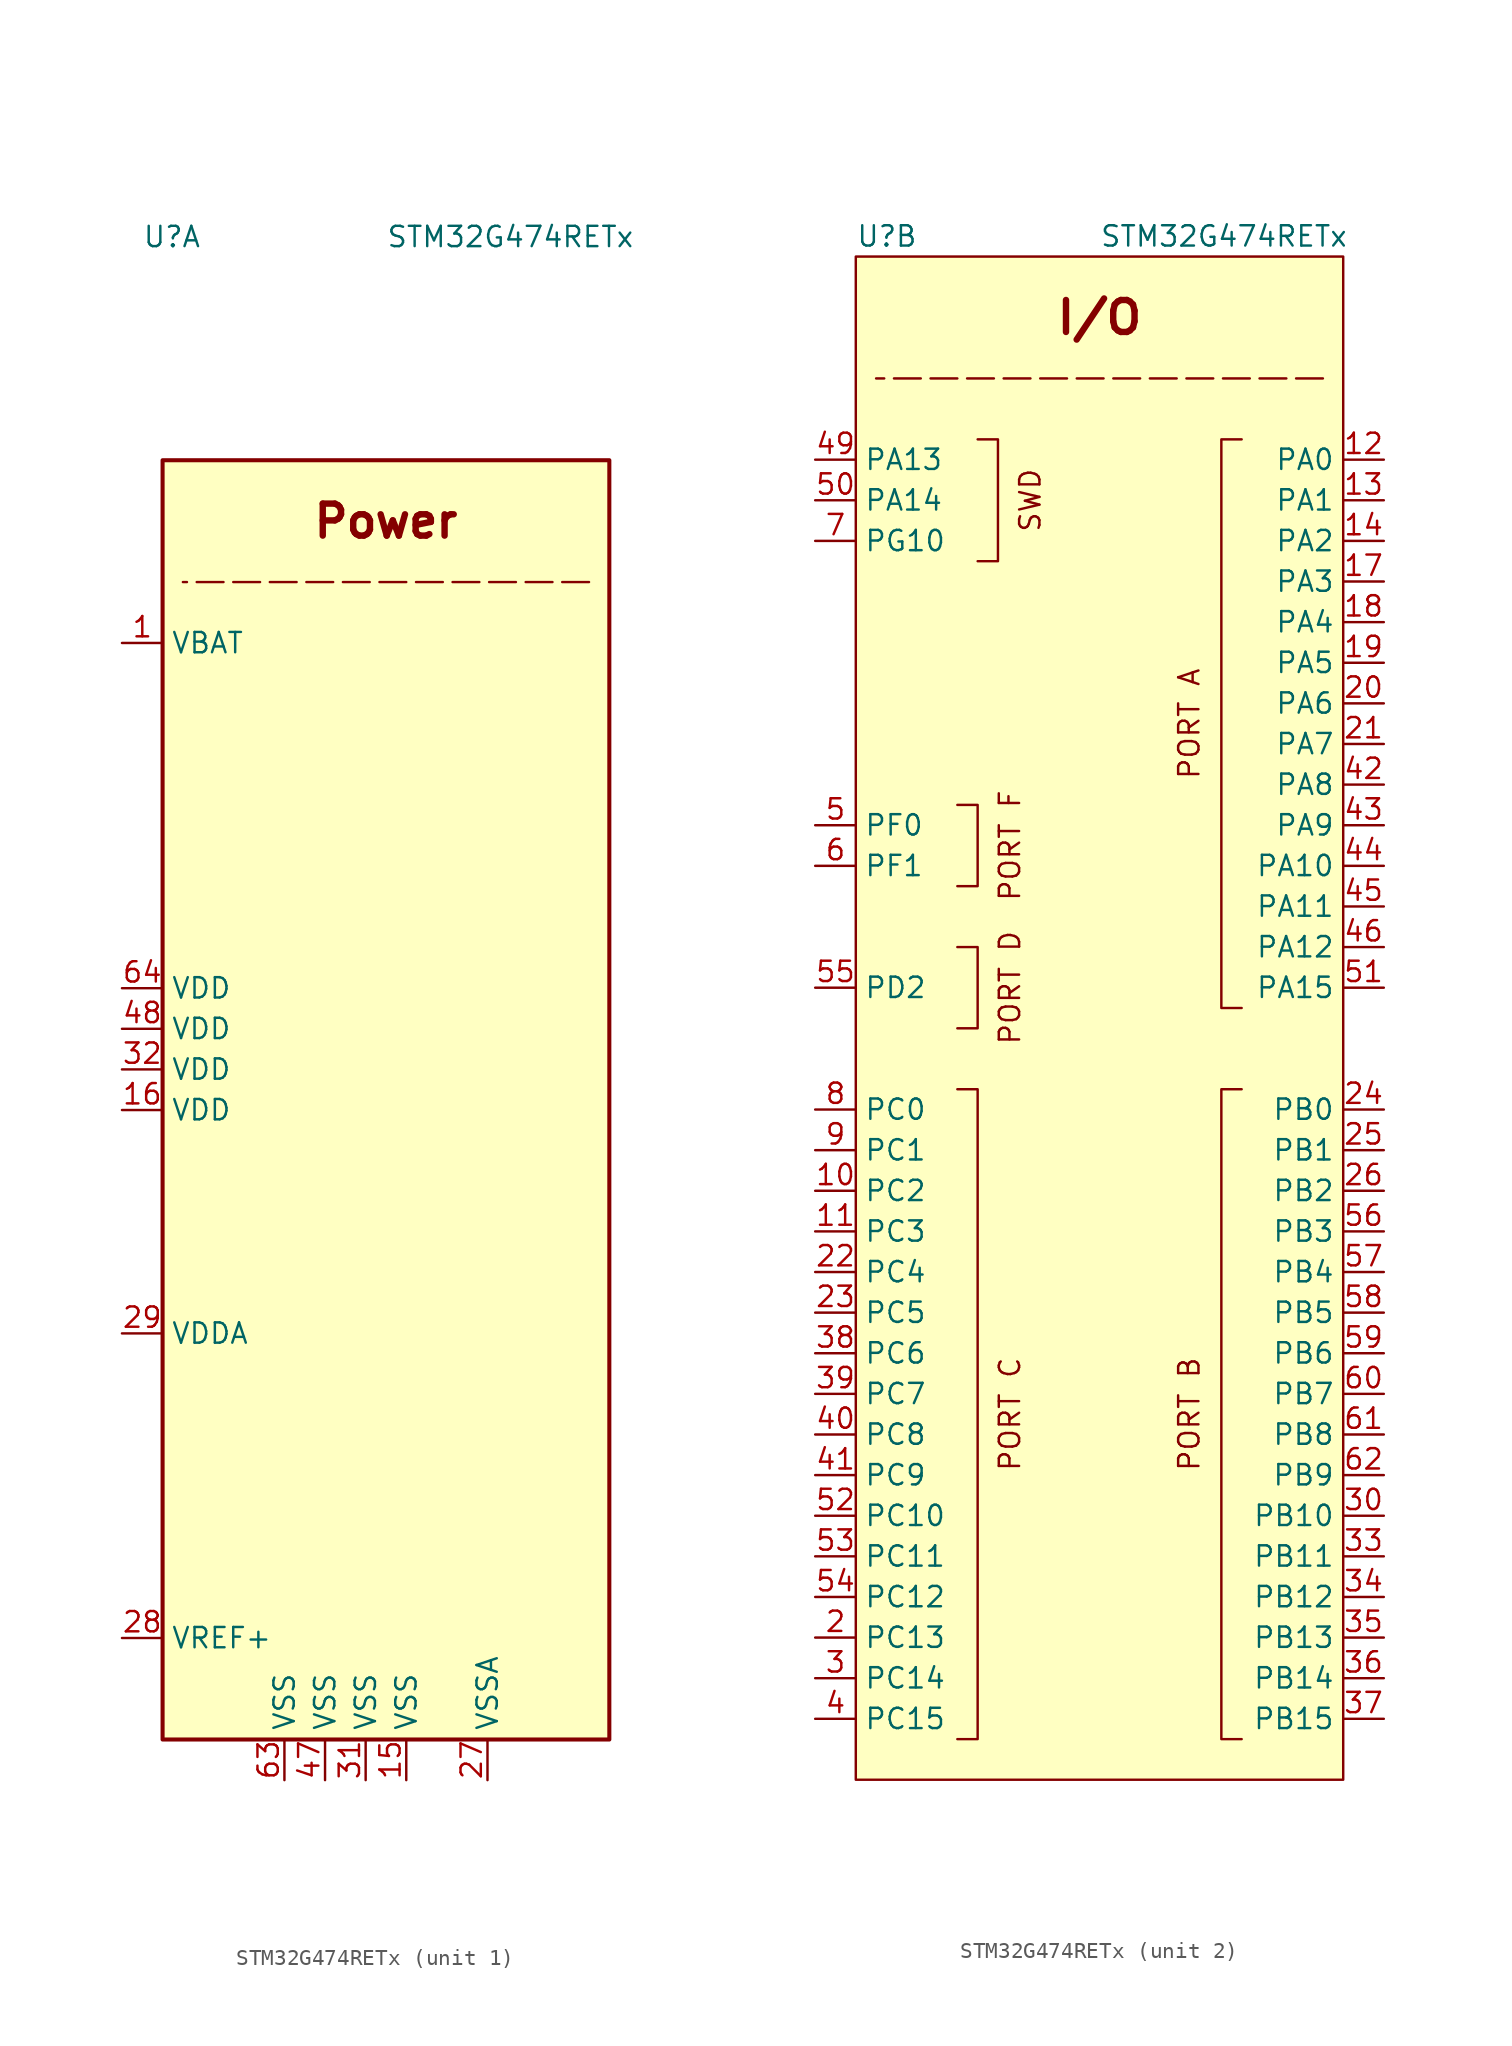
<source format=kicad_sym>
(kicad_symbol_lib
  (version 20231120)
  (generator "kicad_symbol_editor")
  (generator_version "8.0")
  (symbol "STM32G474RETx"
    (property "Reference" "U"
      (at -15.24 46.99 0)
      (effects (font (size 1.27 1.27)) (justify left)))
    (property "Value" "STM32G474RETx"
      (at 0 46.99 0)
      (effects (font (size 1.27 1.27)) (justify left)))
    (property "ki_locked" ""
      (at 0 0 0)
      (effects (font (size 1.27 1.27))))
    (symbol "STM32G474RETx_1_1"
      (rectangle (start -13.97 33.02) (end 13.97 -46.99) (stroke (width 0.254) (type default)) (fill (type background)))
      (polyline (pts (xy 12.7 25.4) (xy -12.7 25.4)) (stroke (width 0) (type dash)) (fill (type none)))
      (text "Power" (at 0 29.21 0) (effects (font (size 2 2) (bold yes))))
      (pin power_in line (at -16.51 21.59 0) (length 2.54) (name "VBAT" (effects (font (size 1.27 1.27)))) (number "1" (effects (font (size 1.27 1.27)))))
      (pin power_in line (at 1.27 -49.53 90) (length 2.54) (name "VSS" (effects (font (size 1.27 1.27)))) (number "15" (effects (font (size 1.27 1.27)))))
      (pin power_in line (at -16.51 -7.62 0) (length 2.54) (name "VDD" (effects (font (size 1.27 1.27)))) (number "16" (effects (font (size 1.27 1.27)))))
      (pin power_in line (at 6.35 -49.53 90) (length 2.54) (name "VSSA" (effects (font (size 1.27 1.27)))) (number "27" (effects (font (size 1.27 1.27)))))
      (pin input line (at -16.51 -40.64 0) (length 2.54) (name "VREF+" (effects (font (size 1.27 1.27)))) (number "28" (effects (font (size 1.27 1.27)))) (alternate "VREFBUF_OUT" bidirectional line))
      (pin power_in line (at -16.51 -21.59 0) (length 2.54) (name "VDDA" (effects (font (size 1.27 1.27)))) (number "29" (effects (font (size 1.27 1.27)))))
      (pin power_in line (at -1.27 -49.53 90) (length 2.54) (name "VSS" (effects (font (size 1.27 1.27)))) (number "31" (effects (font (size 1.27 1.27)))))
      (pin power_in line (at -16.51 -5.08 0) (length 2.54) (name "VDD" (effects (font (size 1.27 1.27)))) (number "32" (effects (font (size 1.27 1.27)))))
      (pin power_in line (at -3.81 -49.53 90) (length 2.54) (name "VSS" (effects (font (size 1.27 1.27)))) (number "47" (effects (font (size 1.27 1.27)))))
      (pin power_in line (at -16.51 -2.54 0) (length 2.54) (name "VDD" (effects (font (size 1.27 1.27)))) (number "48" (effects (font (size 1.27 1.27)))))
      (pin power_in line (at -6.35 -49.53 90) (length 2.54) (name "VSS" (effects (font (size 1.27 1.27)))) (number "63" (effects (font (size 1.27 1.27)))))
      (pin power_in line (at -16.51 0 0) (length 2.54) (name "VDD" (effects (font (size 1.27 1.27)))) (number "64" (effects (font (size 1.27 1.27))))))
    (symbol "STM32G474RETx_2_1"
      (rectangle (start -15.24 45.72) (end 15.24 -49.53) (stroke (width 0) (type default)) (fill (type background)))
      (polyline (pts (xy 13.97 38.1) (xy -13.97 38.1)) (stroke (width 0) (type dash)) (fill (type none)))
      (polyline (pts (xy -8.89 -6.35) (xy -7.62 -6.35) (xy -7.62 -46.99) (xy -8.89 -46.99)) (stroke (width 0) (type default)) (fill (type none)))
      (polyline (pts (xy -8.89 2.54) (xy -7.62 2.54) (xy -7.62 -2.54) (xy -8.89 -2.54)) (stroke (width 0) (type default)) (fill (type none)))
      (polyline (pts (xy -8.89 11.43) (xy -7.62 11.43) (xy -7.62 6.35) (xy -8.89 6.35)) (stroke (width 0) (type default)) (fill (type none)))
      (polyline (pts (xy -7.62 26.67) (xy -6.35 26.67) (xy -6.35 34.29) (xy -7.62 34.29)) (stroke (width 0) (type default)) (fill (type none)))
      (polyline (pts (xy 8.89 -6.35) (xy 7.62 -6.35) (xy 7.62 -46.99) (xy 8.89 -46.99)) (stroke (width 0) (type default)) (fill (type none)))
      (polyline (pts (xy 8.89 -1.27) (xy 7.62 -1.27) (xy 7.62 34.29) (xy 8.89 34.29)) (stroke (width 0) (type default)) (fill (type none)))
      (text "I/O" (at 0 41.91 0) (effects (font (size 2 2) (bold yes))))
      (text "PORT A" (at 6.35 16.51 900) (effects (font (size 1.27 1.27)) (justify bottom)))
      (text "PORT B" (at 6.35 -26.67 900) (effects (font (size 1.27 1.27)) (justify bottom)))
      (text "PORT C" (at -6.35 -26.67 900) (effects (font (size 1.27 1.27)) (justify top)))
      (text "PORT D" (at -6.35 0 900) (effects (font (size 1.27 1.27)) (justify top)))
      (text "PORT F" (at -6.35 8.89 900) (effects (font (size 1.27 1.27)) (justify top)))
      (text "SWD" (at -5.08 30.48 900) (effects (font (size 1.27 1.27)) (justify top)))
      (pin bidirectional line (at -17.78 -12.7 0) (length 2.54) (name "PC2" (effects (font (size 1.27 1.27)))) (number "10" (effects (font (size 1.27 1.27)))) (alternate "ADC2_IN5" bidirectional line) (alternate "I2C2_SCL" bidirectional line) (alternate "QUADSPI1_BK2_IO3" bidirectional line) (alternate "TIM1_ETR" bidirectional line) (alternate "USART1_TX" bidirectional line))
      (pin bidirectional line (at -17.78 -15.24 0) (length 2.54) (name "PC3" (effects (font (size 1.27 1.27)))) (number "11" (effects (font (size 1.27 1.27)))) (alternate "ADC2_IN5" bidirectional line) (alternate "I2C2_SCL" bidirectional line) (alternate "QUADSPI1_BK2_IO3" bidirectional line) (alternate "TIM1_ETR" bidirectional line) (alternate "USART1_TX" bidirectional line))
      (pin bidirectional line (at 17.78 33.02 180) (length 2.54) (name "PA0" (effects (font (size 1.27 1.27)))) (number "12" (effects (font (size 1.27 1.27)))) (alternate "ADC1_IN1" bidirectional line) (alternate "ADC2_IN1" bidirectional line) (alternate "COMP1_INM" bidirectional line) (alternate "COMP1_OUT" bidirectional line) (alternate "COMP3_INP" bidirectional line) (alternate "RTC_TAMP2" bidirectional line) (alternate "SYS_WKUP1" bidirectional line) (alternate "TIM2_CH1" bidirectional line) (alternate "TIM2_ETR" bidirectional line) (alternate "TIM5_CH1" bidirectional line) (alternate "TIM8_BKIN" bidirectional line) (alternate "TIM8_ETR" bidirectional line) (alternate "USART2_CTS" bidirectional line) (alternate "USART2_NSS" bidirectional line))
      (pin bidirectional line (at 17.78 30.48 180) (length 2.54) (name "PA1" (effects (font (size 1.27 1.27)))) (number "13" (effects (font (size 1.27 1.27)))) (alternate "ADC1_IN2" bidirectional line) (alternate "ADC2_IN2" bidirectional line) (alternate "COMP1_INP" bidirectional line) (alternate "OPAMP1_VINP" bidirectional line) (alternate "OPAMP1_VINP_SEC" bidirectional line) (alternate "OPAMP3_VINP" bidirectional line) (alternate "OPAMP3_VINP_SEC" bidirectional line) (alternate "OPAMP6_VINM" bidirectional line) (alternate "OPAMP6_VINM0" bidirectional line) (alternate "OPAMP6_VINM_SEC" bidirectional line) (alternate "RTC_REFIN" bidirectional line) (alternate "TIM15_CH1N" bidirectional line) (alternate "TIM2_CH2" bidirectional line) (alternate "TIM5_CH2" bidirectional line) (alternate "USART2_DE" bidirectional line) (alternate "USART2_RTS" bidirectional line))
      (pin bidirectional line (at 17.78 27.94 180) (length 2.54) (name "PA2" (effects (font (size 1.27 1.27)))) (number "14" (effects (font (size 1.27 1.27)))) (alternate "ADC1_IN3" bidirectional line) (alternate "ADC3_EXTI2" bidirectional line) (alternate "ADC4_EXTI2" bidirectional line) (alternate "ADC5_EXTI2" bidirectional line) (alternate "COMP2_INM" bidirectional line) (alternate "COMP2_OUT" bidirectional line) (alternate "LPUART1_TX" bidirectional line) (alternate "OPAMP1_VOUT" bidirectional line) (alternate "QUADSPI1_BK1_NCS" bidirectional line) (alternate "RCC_LSCO" bidirectional line) (alternate "SYS_WKUP4" bidirectional line) (alternate "TIM15_CH1" bidirectional line) (alternate "TIM2_CH3" bidirectional line) (alternate "TIM5_CH3" bidirectional line) (alternate "UCPD1_FRSTX1" bidirectional line) (alternate "UCPD1_FRSTX2" bidirectional line) (alternate "USART2_TX" bidirectional line))
      (pin bidirectional line (at 17.78 25.4 180) (length 2.54) (name "PA3" (effects (font (size 1.27 1.27)))) (number "17" (effects (font (size 1.27 1.27)))) (alternate "ADC1_IN4" bidirectional line) (alternate "ADC3_EXTI3" bidirectional line) (alternate "ADC4_EXTI3" bidirectional line) (alternate "ADC5_EXTI3" bidirectional line) (alternate "COMP2_INP" bidirectional line) (alternate "LPUART1_RX" bidirectional line) (alternate "OPAMP1_VINM" bidirectional line) (alternate "OPAMP1_VINM0" bidirectional line) (alternate "OPAMP1_VINM_SEC" bidirectional line) (alternate "OPAMP1_VINP" bidirectional line) (alternate "OPAMP1_VINP_SEC" bidirectional line) (alternate "OPAMP5_VINM" bidirectional line) (alternate "OPAMP5_VINM1" bidirectional line) (alternate "OPAMP5_VINM_SEC" bidirectional line) (alternate "QUADSPI1_CLK" bidirectional line) (alternate "SAI1_CK1" bidirectional line) (alternate "SAI1_MCLK_A" bidirectional line) (alternate "TIM15_CH2" bidirectional line) (alternate "TIM2_CH4" bidirectional line) (alternate "TIM5_CH4" bidirectional line) (alternate "USART2_RX" bidirectional line))
      (pin bidirectional line (at 17.78 22.86 180) (length 2.54) (name "PA4" (effects (font (size 1.27 1.27)))) (number "18" (effects (font (size 1.27 1.27)))) (alternate "ADC2_IN17" bidirectional line) (alternate "COMP1_INM" bidirectional line) (alternate "DAC1_OUT1" bidirectional line) (alternate "I2S3_WS" bidirectional line) (alternate "SAI1_FS_B" bidirectional line) (alternate "SPI1_NSS" bidirectional line) (alternate "SPI3_NSS" bidirectional line) (alternate "TIM3_CH2" bidirectional line) (alternate "USART2_CK" bidirectional line))
      (pin bidirectional line (at 17.78 20.32 180) (length 2.54) (name "PA5" (effects (font (size 1.27 1.27)))) (number "19" (effects (font (size 1.27 1.27)))) (alternate "ADC2_IN13" bidirectional line) (alternate "COMP2_INM" bidirectional line) (alternate "DAC1_OUT2" bidirectional line) (alternate "OPAMP2_VINM" bidirectional line) (alternate "OPAMP2_VINM0" bidirectional line) (alternate "OPAMP2_VINM_SEC" bidirectional line) (alternate "SPI1_SCK" bidirectional line) (alternate "TIM2_CH1" bidirectional line) (alternate "TIM2_ETR" bidirectional line) (alternate "UCPD1_FRSTX1" bidirectional line) (alternate "UCPD1_FRSTX2" bidirectional line))
      (pin bidirectional line (at -17.78 -40.64 0) (length 2.54) (name "PC13" (effects (font (size 1.27 1.27)))) (number "2" (effects (font (size 1.27 1.27)))) (alternate "RTC_OUT1" bidirectional line) (alternate "RTC_TAMP1" bidirectional line) (alternate "RTC_TS" bidirectional line) (alternate "SYS_WKUP2" bidirectional line) (alternate "TIM1_BKIN" bidirectional line) (alternate "TIM1_CH1N" bidirectional line) (alternate "TIM8_CH4N" bidirectional line))
      (pin bidirectional line (at 17.78 17.78 180) (length 2.54) (name "PA6" (effects (font (size 1.27 1.27)))) (number "20" (effects (font (size 1.27 1.27)))) (alternate "ADC2_IN3" bidirectional line) (alternate "COMP1_OUT" bidirectional line) (alternate "DAC2_OUT1" bidirectional line) (alternate "LPUART1_CTS" bidirectional line) (alternate "OPAMP2_VOUT" bidirectional line) (alternate "QUADSPI1_BK1_IO3" bidirectional line) (alternate "SPI1_MISO" bidirectional line) (alternate "TIM16_CH1" bidirectional line) (alternate "TIM1_BKIN" bidirectional line) (alternate "TIM3_CH1" bidirectional line) (alternate "TIM8_BKIN" bidirectional line))
      (pin bidirectional line (at 17.78 15.24 180) (length 2.54) (name "PA7" (effects (font (size 1.27 1.27)))) (number "21" (effects (font (size 1.27 1.27)))) (alternate "ADC2_IN4" bidirectional line) (alternate "COMP2_INP" bidirectional line) (alternate "COMP2_OUT" bidirectional line) (alternate "OPAMP1_VINP" bidirectional line) (alternate "OPAMP1_VINP_SEC" bidirectional line) (alternate "OPAMP2_VINP" bidirectional line) (alternate "OPAMP2_VINP_SEC" bidirectional line) (alternate "QUADSPI1_BK1_IO2" bidirectional line) (alternate "SPI1_MOSI" bidirectional line) (alternate "TIM17_CH1" bidirectional line) (alternate "TIM1_CH1N" bidirectional line) (alternate "TIM3_CH2" bidirectional line) (alternate "TIM8_CH1N" bidirectional line) (alternate "UCPD1_FRSTX1" bidirectional line) (alternate "UCPD1_FRSTX2" bidirectional line))
      (pin bidirectional line (at -17.78 -17.78 0) (length 2.54) (name "PC4" (effects (font (size 1.27 1.27)))) (number "22" (effects (font (size 1.27 1.27)))) (alternate "ADC2_IN5" bidirectional line) (alternate "I2C2_SCL" bidirectional line) (alternate "QUADSPI1_BK2_IO3" bidirectional line) (alternate "TIM1_ETR" bidirectional line) (alternate "USART1_TX" bidirectional line))
      (pin bidirectional line (at -17.78 -20.32 0) (length 2.54) (name "PC5" (effects (font (size 1.27 1.27)))) (number "23" (effects (font (size 1.27 1.27)))) (alternate "ADC2_IN5" bidirectional line) (alternate "I2C2_SCL" bidirectional line) (alternate "QUADSPI1_BK2_IO3" bidirectional line) (alternate "TIM1_ETR" bidirectional line) (alternate "USART1_TX" bidirectional line))
      (pin bidirectional line (at 17.78 -7.62 180) (length 2.54) (name "PB0" (effects (font (size 1.27 1.27)))) (number "24" (effects (font (size 1.27 1.27)))) (alternate "ADC1_IN15" bidirectional line) (alternate "ADC3_IN12" bidirectional line) (alternate "COMP4_INP" bidirectional line) (alternate "HRTIM1_FLT5" bidirectional line) (alternate "OPAMP2_VINP" bidirectional line) (alternate "OPAMP2_VINP_SEC" bidirectional line) (alternate "OPAMP3_VINP" bidirectional line) (alternate "OPAMP3_VINP_SEC" bidirectional line) (alternate "QUADSPI1_BK1_IO1" bidirectional line) (alternate "TIM1_CH2N" bidirectional line) (alternate "TIM3_CH3" bidirectional line) (alternate "TIM8_CH2N" bidirectional line) (alternate "UCPD1_FRSTX1" bidirectional line) (alternate "UCPD1_FRSTX2" bidirectional line))
      (pin bidirectional line (at 17.78 -10.16 180) (length 2.54) (name "PB1" (effects (font (size 1.27 1.27)))) (number "25" (effects (font (size 1.27 1.27)))) (alternate "ADC1_IN12" bidirectional line) (alternate "ADC3_IN1" bidirectional line) (alternate "COMP1_INP" bidirectional line) (alternate "COMP4_OUT" bidirectional line) (alternate "HRTIM1_SCOUT" bidirectional line) (alternate "LPUART1_DE" bidirectional line) (alternate "LPUART1_RTS" bidirectional line) (alternate "OPAMP3_VOUT" bidirectional line) (alternate "OPAMP6_VINM" bidirectional line) (alternate "OPAMP6_VINM1" bidirectional line) (alternate "OPAMP6_VINM_SEC" bidirectional line) (alternate "QUADSPI1_BK1_IO0" bidirectional line) (alternate "TIM1_CH3N" bidirectional line) (alternate "TIM3_CH4" bidirectional line) (alternate "TIM8_CH3N" bidirectional line))
      (pin bidirectional line (at 17.78 -12.7 180) (length 2.54) (name "PB2" (effects (font (size 1.27 1.27)))) (number "26" (effects (font (size 1.27 1.27)))) (alternate "ADC2_IN12" bidirectional line) (alternate "ADC3_EXTI2" bidirectional line) (alternate "ADC4_EXTI2" bidirectional line) (alternate "ADC5_EXTI2" bidirectional line) (alternate "COMP4_INM" bidirectional line) (alternate "HRTIM1_SCIN" bidirectional line) (alternate "I2C3_SMBA" bidirectional line) (alternate "LPTIM1_OUT" bidirectional line) (alternate "OPAMP3_VINM" bidirectional line) (alternate "OPAMP3_VINM0" bidirectional line) (alternate "OPAMP3_VINM_SEC" bidirectional line) (alternate "QUADSPI1_BK2_IO1" bidirectional line) (alternate "RTC_OUT2" bidirectional line) (alternate "TIM20_CH1" bidirectional line) (alternate "TIM5_CH1" bidirectional line))
      (pin bidirectional line (at -17.78 -43.18 0) (length 2.54) (name "PC14" (effects (font (size 1.27 1.27)))) (number "3" (effects (font (size 1.27 1.27)))) (alternate "RCC_OSC32_IN" bidirectional line))
      (pin bidirectional line (at 17.78 -33.02 180) (length 2.54) (name "PB10" (effects (font (size 1.27 1.27)))) (number "30" (effects (font (size 1.27 1.27)))) (alternate "COMP5_INM" bidirectional line) (alternate "DAC1_EXTI10" bidirectional line) (alternate "DAC2_EXTI10" bidirectional line) (alternate "DAC3_EXTI10" bidirectional line) (alternate "DAC4_EXTI10" bidirectional line) (alternate "HRTIM1_FLT3" bidirectional line) (alternate "LPUART1_RX" bidirectional line) (alternate "OPAMP3_VINM" bidirectional line) (alternate "OPAMP3_VINM1" bidirectional line) (alternate "OPAMP3_VINM_SEC" bidirectional line) (alternate "OPAMP4_VINM" bidirectional line) (alternate "OPAMP4_VINM0" bidirectional line) (alternate "OPAMP4_VINM_SEC" bidirectional line) (alternate "QUADSPI1_CLK" bidirectional line) (alternate "SAI1_SCK_A" bidirectional line) (alternate "TIM1_BKIN" bidirectional line) (alternate "TIM2_CH3" bidirectional line) (alternate "USART3_TX" bidirectional line))
      (pin bidirectional line (at 17.78 -35.56 180) (length 2.54) (name "PB11" (effects (font (size 1.27 1.27)))) (number "33" (effects (font (size 1.27 1.27)))) (alternate "ADC1_EXTI11" bidirectional line) (alternate "ADC1_IN14" bidirectional line) (alternate "ADC2_EXTI11" bidirectional line) (alternate "ADC2_IN14" bidirectional line) (alternate "COMP6_INP" bidirectional line) (alternate "HRTIM1_FLT4" bidirectional line) (alternate "LPUART1_TX" bidirectional line) (alternate "OPAMP4_VINP" bidirectional line) (alternate "OPAMP4_VINP_SEC" bidirectional line) (alternate "OPAMP6_VOUT" bidirectional line) (alternate "QUADSPI1_BK1_NCS" bidirectional line) (alternate "TIM2_CH4" bidirectional line) (alternate "USART3_RX" bidirectional line))
      (pin bidirectional line (at 17.78 -38.1 180) (length 2.54) (name "PB12" (effects (font (size 1.27 1.27)))) (number "34" (effects (font (size 1.27 1.27)))) (alternate "ADC1_IN11" bidirectional line) (alternate "ADC4_IN3" bidirectional line) (alternate "COMP7_INM" bidirectional line) (alternate "FDCAN2_RX" bidirectional line) (alternate "HRTIM1_CHC1" bidirectional line) (alternate "I2C2_SMBA" bidirectional line) (alternate "I2S2_WS" bidirectional line) (alternate "LPUART1_DE" bidirectional line) (alternate "LPUART1_RTS" bidirectional line) (alternate "OPAMP4_VOUT" bidirectional line) (alternate "OPAMP6_VINP" bidirectional line) (alternate "OPAMP6_VINP_SEC" bidirectional line) (alternate "SPI2_NSS" bidirectional line) (alternate "TIM1_BKIN" bidirectional line) (alternate "TIM5_ETR" bidirectional line) (alternate "USART3_CK" bidirectional line))
      (pin bidirectional line (at 17.78 -40.64 180) (length 2.54) (name "PB13" (effects (font (size 1.27 1.27)))) (number "35" (effects (font (size 1.27 1.27)))) (alternate "ADC3_IN5" bidirectional line) (alternate "COMP5_INP" bidirectional line) (alternate "FDCAN2_TX" bidirectional line) (alternate "HRTIM1_CHC2" bidirectional line) (alternate "I2S2_CK" bidirectional line) (alternate "LPUART1_CTS" bidirectional line) (alternate "OPAMP3_VINP" bidirectional line) (alternate "OPAMP3_VINP_SEC" bidirectional line) (alternate "OPAMP4_VINP" bidirectional line) (alternate "OPAMP4_VINP_SEC" bidirectional line) (alternate "OPAMP6_VINP" bidirectional line) (alternate "OPAMP6_VINP_SEC" bidirectional line) (alternate "SPI2_SCK" bidirectional line) (alternate "TIM1_CH1N" bidirectional line) (alternate "USART3_CTS" bidirectional line) (alternate "USART3_NSS" bidirectional line))
      (pin bidirectional line (at 17.78 -43.18 180) (length 2.54) (name "PB14" (effects (font (size 1.27 1.27)))) (number "36" (effects (font (size 1.27 1.27)))) (alternate "ADC1_IN5" bidirectional line) (alternate "ADC4_IN4" bidirectional line) (alternate "COMP4_OUT" bidirectional line) (alternate "COMP7_INP" bidirectional line) (alternate "HRTIM1_CHD1" bidirectional line) (alternate "OPAMP2_VINP" bidirectional line) (alternate "OPAMP2_VINP_SEC" bidirectional line) (alternate "OPAMP5_VINP" bidirectional line) (alternate "OPAMP5_VINP_SEC" bidirectional line) (alternate "SPI2_MISO" bidirectional line) (alternate "TIM15_CH1" bidirectional line) (alternate "TIM1_CH2N" bidirectional line) (alternate "USART3_DE" bidirectional line) (alternate "USART3_RTS" bidirectional line))
      (pin bidirectional line (at 17.78 -45.72 180) (length 2.54) (name "PB15" (effects (font (size 1.27 1.27)))) (number "37" (effects (font (size 1.27 1.27)))) (alternate "ADC1_EXTI15" bidirectional line) (alternate "ADC2_EXTI15" bidirectional line) (alternate "ADC2_IN15" bidirectional line) (alternate "ADC4_IN5" bidirectional line) (alternate "COMP3_OUT" bidirectional line) (alternate "COMP6_INM" bidirectional line) (alternate "HRTIM1_CHD2" bidirectional line) (alternate "I2S2_SD" bidirectional line) (alternate "OPAMP5_VINM" bidirectional line) (alternate "OPAMP5_VINM0" bidirectional line) (alternate "OPAMP5_VINM_SEC" bidirectional line) (alternate "RTC_REFIN" bidirectional line) (alternate "SPI2_MOSI" bidirectional line) (alternate "TIM15_CH1N" bidirectional line) (alternate "TIM15_CH2" bidirectional line) (alternate "TIM1_CH3N" bidirectional line))
      (pin bidirectional line (at -17.78 -22.86 0) (length 2.54) (name "PC6" (effects (font (size 1.27 1.27)))) (number "38" (effects (font (size 1.27 1.27)))) (alternate "COMP6_OUT" bidirectional line) (alternate "HRTIM1_CHF1" bidirectional line) (alternate "HRTIM1_EEV10" bidirectional line) (alternate "I2C4_SCL" bidirectional line) (alternate "I2S2_MCK" bidirectional line) (alternate "TIM3_CH1" bidirectional line) (alternate "TIM8_CH1" bidirectional line))
      (pin bidirectional line (at -17.78 -25.4 0) (length 2.54) (name "PC7" (effects (font (size 1.27 1.27)))) (number "39" (effects (font (size 1.27 1.27)))) (alternate "COMP6_OUT" bidirectional line) (alternate "HRTIM1_CHF1" bidirectional line) (alternate "HRTIM1_EEV10" bidirectional line) (alternate "I2C4_SCL" bidirectional line) (alternate "I2S2_MCK" bidirectional line) (alternate "TIM3_CH1" bidirectional line) (alternate "TIM8_CH1" bidirectional line))
      (pin bidirectional line (at -17.78 -45.72 0) (length 2.54) (name "PC15" (effects (font (size 1.27 1.27)))) (number "4" (effects (font (size 1.27 1.27)))) (alternate "ADC1_EXTI15" bidirectional line) (alternate "ADC2_EXTI15" bidirectional line) (alternate "RCC_OSC32_OUT" bidirectional line))
      (pin bidirectional line (at -17.78 -27.94 0) (length 2.54) (name "PC8" (effects (font (size 1.27 1.27)))) (number "40" (effects (font (size 1.27 1.27)))) (alternate "COMP6_OUT" bidirectional line) (alternate "HRTIM1_CHF1" bidirectional line) (alternate "HRTIM1_EEV10" bidirectional line) (alternate "I2C4_SCL" bidirectional line) (alternate "I2S2_MCK" bidirectional line) (alternate "TIM3_CH1" bidirectional line) (alternate "TIM8_CH1" bidirectional line))
      (pin bidirectional line (at -17.78 -30.48 0) (length 2.54) (name "PC9" (effects (font (size 1.27 1.27)))) (number "41" (effects (font (size 1.27 1.27)))) (alternate "COMP6_OUT" bidirectional line) (alternate "HRTIM1_CHF1" bidirectional line) (alternate "HRTIM1_EEV10" bidirectional line) (alternate "I2C4_SCL" bidirectional line) (alternate "I2S2_MCK" bidirectional line) (alternate "TIM3_CH1" bidirectional line) (alternate "TIM8_CH1" bidirectional line))
      (pin bidirectional line (at 17.78 12.7 180) (length 2.54) (name "PA8" (effects (font (size 1.27 1.27)))) (number "42" (effects (font (size 1.27 1.27)))) (alternate "ADC5_IN1" bidirectional line) (alternate "COMP7_OUT" bidirectional line) (alternate "FDCAN3_RX" bidirectional line) (alternate "HRTIM1_CHA1" bidirectional line) (alternate "I2C2_SDA" bidirectional line) (alternate "I2C3_SCL" bidirectional line) (alternate "I2S2_MCK" bidirectional line) (alternate "OPAMP5_VOUT" bidirectional line) (alternate "RCC_MCO" bidirectional line) (alternate "SAI1_CK2" bidirectional line) (alternate "SAI1_SCK_A" bidirectional line) (alternate "TIM1_CH1" bidirectional line) (alternate "TIM4_ETR" bidirectional line) (alternate "USART1_CK" bidirectional line))
      (pin bidirectional line (at 17.78 10.16 180) (length 2.54) (name "PA9" (effects (font (size 1.27 1.27)))) (number "43" (effects (font (size 1.27 1.27)))) (alternate "ADC5_IN2" bidirectional line) (alternate "COMP5_OUT" bidirectional line) (alternate "DAC1_EXTI9" bidirectional line) (alternate "DAC2_EXTI9" bidirectional line) (alternate "DAC3_EXTI9" bidirectional line) (alternate "DAC4_EXTI9" bidirectional line) (alternate "HRTIM1_CHA2" bidirectional line) (alternate "I2C2_SCL" bidirectional line) (alternate "I2C3_SMBA" bidirectional line) (alternate "I2S3_MCK" bidirectional line) (alternate "SAI1_FS_A" bidirectional line) (alternate "TIM15_BKIN" bidirectional line) (alternate "TIM1_CH2" bidirectional line) (alternate "TIM2_CH3" bidirectional line) (alternate "UCPD1_DBCC1" bidirectional line) (alternate "USART1_TX" bidirectional line))
      (pin bidirectional line (at 17.78 7.62 180) (length 2.54) (name "PA10" (effects (font (size 1.27 1.27)))) (number "44" (effects (font (size 1.27 1.27)))) (alternate "COMP6_OUT" bidirectional line) (alternate "CRS_SYNC" bidirectional line) (alternate "DAC1_EXTI10" bidirectional line) (alternate "DAC2_EXTI10" bidirectional line) (alternate "DAC3_EXTI10" bidirectional line) (alternate "DAC4_EXTI10" bidirectional line) (alternate "HRTIM1_CHB1" bidirectional line) (alternate "I2C2_SMBA" bidirectional line) (alternate "SAI1_D1" bidirectional line) (alternate "SAI1_SD_A" bidirectional line) (alternate "SPI2_MISO" bidirectional line) (alternate "TIM17_BKIN" bidirectional line) (alternate "TIM1_CH3" bidirectional line) (alternate "TIM2_CH4" bidirectional line) (alternate "TIM8_BKIN" bidirectional line) (alternate "UCPD1_DBCC2" bidirectional line) (alternate "USART1_RX" bidirectional line))
      (pin bidirectional line (at 17.78 5.08 180) (length 2.54) (name "PA11" (effects (font (size 1.27 1.27)))) (number "45" (effects (font (size 1.27 1.27)))) (alternate "ADC1_EXTI11" bidirectional line) (alternate "ADC2_EXTI11" bidirectional line) (alternate "COMP1_OUT" bidirectional line) (alternate "FDCAN1_RX" bidirectional line) (alternate "HRTIM1_CHB2" bidirectional line) (alternate "I2S2_SD" bidirectional line) (alternate "SPI2_MOSI" bidirectional line) (alternate "TIM1_BKIN2" bidirectional line) (alternate "TIM1_CH1N" bidirectional line) (alternate "TIM1_CH4" bidirectional line) (alternate "TIM4_CH1" bidirectional line) (alternate "USART1_CTS" bidirectional line) (alternate "USART1_NSS" bidirectional line) (alternate "USB_DM" bidirectional line))
      (pin bidirectional line (at 17.78 2.54 180) (length 2.54) (name "PA12" (effects (font (size 1.27 1.27)))) (number "46" (effects (font (size 1.27 1.27)))) (alternate "COMP2_OUT" bidirectional line) (alternate "FDCAN1_TX" bidirectional line) (alternate "HRTIM1_FLT1" bidirectional line) (alternate "I2S_CKIN" bidirectional line) (alternate "TIM16_CH1" bidirectional line) (alternate "TIM1_CH2N" bidirectional line) (alternate "TIM1_ETR" bidirectional line) (alternate "TIM4_CH2" bidirectional line) (alternate "USART1_DE" bidirectional line) (alternate "USART1_RTS" bidirectional line) (alternate "USB_DP" bidirectional line))
      (pin bidirectional line (at -17.78 33.02 0) (length 2.54) (name "PA13" (effects (font (size 1.27 1.27)))) (number "49" (effects (font (size 1.27 1.27)))) (alternate "ADC1_EXTI15" bidirectional line) (alternate "ADC2_EXTI15" bidirectional line) (alternate "FDCAN3_TX" bidirectional line) (alternate "HRTIM1_FLT2" bidirectional line) (alternate "I2C1_SCL" bidirectional line) (alternate "I2S3_WS" bidirectional line) (alternate "SPI1_NSS" bidirectional line) (alternate "SPI3_NSS" bidirectional line) (alternate "SYS_JTDI" bidirectional line) (alternate "TIM1_BKIN" bidirectional line) (alternate "TIM2_CH1" bidirectional line) (alternate "TIM2_ETR" bidirectional line) (alternate "TIM8_CH1" bidirectional line) (alternate "UART4_DE" bidirectional line) (alternate "UART4_RTS" bidirectional line) (alternate "USART2_RX" bidirectional line))
      (pin bidirectional line (at -17.78 10.16 0) (length 2.54) (name "PF0" (effects (font (size 1.27 1.27)))) (number "5" (effects (font (size 1.27 1.27)))) (alternate "ADC1_IN10" bidirectional line) (alternate "I2C2_SDA" bidirectional line) (alternate "I2S2_WS" bidirectional line) (alternate "RCC_OSC_IN" bidirectional line) (alternate "SPI2_NSS" bidirectional line) (alternate "TIM1_CH3N" bidirectional line))
      (pin bidirectional line (at -17.78 30.48 0) (length 2.54) (name "PA14" (effects (font (size 1.27 1.27)))) (number "50" (effects (font (size 1.27 1.27)))) (alternate "ADC1_EXTI15" bidirectional line) (alternate "ADC2_EXTI15" bidirectional line) (alternate "FDCAN3_TX" bidirectional line) (alternate "HRTIM1_FLT2" bidirectional line) (alternate "I2C1_SCL" bidirectional line) (alternate "I2S3_WS" bidirectional line) (alternate "SPI1_NSS" bidirectional line) (alternate "SPI3_NSS" bidirectional line) (alternate "SYS_JTDI" bidirectional line) (alternate "TIM1_BKIN" bidirectional line) (alternate "TIM2_CH1" bidirectional line) (alternate "TIM2_ETR" bidirectional line) (alternate "TIM8_CH1" bidirectional line) (alternate "UART4_DE" bidirectional line) (alternate "UART4_RTS" bidirectional line) (alternate "USART2_RX" bidirectional line))
      (pin bidirectional line (at 17.78 0 180) (length 2.54) (name "PA15" (effects (font (size 1.27 1.27)))) (number "51" (effects (font (size 1.27 1.27)))) (alternate "ADC1_EXTI15" bidirectional line) (alternate "ADC2_EXTI15" bidirectional line) (alternate "FDCAN3_TX" bidirectional line) (alternate "HRTIM1_FLT2" bidirectional line) (alternate "I2C1_SCL" bidirectional line) (alternate "I2S3_WS" bidirectional line) (alternate "SPI1_NSS" bidirectional line) (alternate "SPI3_NSS" bidirectional line) (alternate "SYS_JTDI" bidirectional line) (alternate "TIM1_BKIN" bidirectional line) (alternate "TIM2_CH1" bidirectional line) (alternate "TIM2_ETR" bidirectional line) (alternate "TIM8_CH1" bidirectional line) (alternate "UART4_DE" bidirectional line) (alternate "UART4_RTS" bidirectional line) (alternate "USART2_RX" bidirectional line))
      (pin bidirectional line (at -17.78 -33.02 0) (length 2.54) (name "PC10" (effects (font (size 1.27 1.27)))) (number "52" (effects (font (size 1.27 1.27)))) (alternate "DAC1_EXTI10" bidirectional line) (alternate "DAC2_EXTI10" bidirectional line) (alternate "DAC3_EXTI10" bidirectional line) (alternate "DAC4_EXTI10" bidirectional line) (alternate "HRTIM1_FLT6" bidirectional line) (alternate "I2S3_CK" bidirectional line) (alternate "SPI3_SCK" bidirectional line) (alternate "TIM8_CH1N" bidirectional line) (alternate "UART4_TX" bidirectional line) (alternate "USART3_TX" bidirectional line))
      (pin bidirectional line (at -17.78 -35.56 0) (length 2.54) (name "PC11" (effects (font (size 1.27 1.27)))) (number "53" (effects (font (size 1.27 1.27)))) (alternate "ADC1_EXTI11" bidirectional line) (alternate "ADC2_EXTI11" bidirectional line) (alternate "HRTIM1_EEV2" bidirectional line) (alternate "I2C3_SDA" bidirectional line) (alternate "SPI3_MISO" bidirectional line) (alternate "TIM8_CH2N" bidirectional line) (alternate "UART4_RX" bidirectional line) (alternate "USART3_RX" bidirectional line))
      (pin bidirectional line (at -17.78 -38.1 0) (length 2.54) (name "PC12" (effects (font (size 1.27 1.27)))) (number "54" (effects (font (size 1.27 1.27)))) (alternate "ADC1_EXTI11" bidirectional line) (alternate "ADC2_EXTI11" bidirectional line) (alternate "HRTIM1_EEV2" bidirectional line) (alternate "I2C3_SDA" bidirectional line) (alternate "SPI3_MISO" bidirectional line) (alternate "TIM8_CH2N" bidirectional line) (alternate "UART4_RX" bidirectional line) (alternate "USART3_RX" bidirectional line))
      (pin bidirectional line (at -17.78 0 0) (length 2.54) (name "PD2" (effects (font (size 1.27 1.27)))) (number "55" (effects (font (size 1.27 1.27)))) (alternate "ADC1_EXTI15" bidirectional line) (alternate "ADC2_EXTI15" bidirectional line) (alternate "RCC_OSC32_OUT" bidirectional line))
      (pin bidirectional line (at 17.78 -15.24 180) (length 2.54) (name "PB3" (effects (font (size 1.27 1.27)))) (number "56" (effects (font (size 1.27 1.27)))) (alternate "ADC3_EXTI3" bidirectional line) (alternate "ADC4_EXTI3" bidirectional line) (alternate "ADC5_EXTI3" bidirectional line) (alternate "CRS_SYNC" bidirectional line) (alternate "FDCAN3_RX" bidirectional line) (alternate "HRTIM1_EEV9" bidirectional line) (alternate "HRTIM1_SCOUT" bidirectional line) (alternate "I2S3_CK" bidirectional line) (alternate "SAI1_SCK_B" bidirectional line) (alternate "SPI1_SCK" bidirectional line) (alternate "SPI3_SCK" bidirectional line) (alternate "SYS_JTDO-SWO" bidirectional line) (alternate "TIM2_CH2" bidirectional line) (alternate "TIM3_ETR" bidirectional line) (alternate "TIM4_ETR" bidirectional line) (alternate "TIM8_CH1N" bidirectional line) (alternate "USART2_TX" bidirectional line))
      (pin bidirectional line (at 17.78 -17.78 180) (length 2.54) (name "PB4" (effects (font (size 1.27 1.27)))) (number "57" (effects (font (size 1.27 1.27)))) (alternate "FDCAN3_TX" bidirectional line) (alternate "HRTIM1_EEV7" bidirectional line) (alternate "SAI1_MCLK_B" bidirectional line) (alternate "SPI1_MISO" bidirectional line) (alternate "SPI3_MISO" bidirectional line) (alternate "SYS_JTRST" bidirectional line) (alternate "TIM16_CH1" bidirectional line) (alternate "TIM17_BKIN" bidirectional line) (alternate "TIM3_CH1" bidirectional line) (alternate "TIM8_CH2N" bidirectional line) (alternate "UCPD1_CC2" bidirectional line) (alternate "USART2_RX" bidirectional line))
      (pin bidirectional line (at 17.78 -20.32 180) (length 2.54) (name "PB5" (effects (font (size 1.27 1.27)))) (number "58" (effects (font (size 1.27 1.27)))) (alternate "FDCAN2_RX" bidirectional line) (alternate "HRTIM1_EEV6" bidirectional line) (alternate "I2C1_SMBA" bidirectional line) (alternate "I2C3_SDA" bidirectional line) (alternate "I2S3_SD" bidirectional line) (alternate "LPTIM1_IN1" bidirectional line) (alternate "SAI1_SD_B" bidirectional line) (alternate "SPI1_MOSI" bidirectional line) (alternate "SPI3_MOSI" bidirectional line) (alternate "TIM16_BKIN" bidirectional line) (alternate "TIM17_CH1" bidirectional line) (alternate "TIM3_CH2" bidirectional line) (alternate "TIM8_CH3N" bidirectional line) (alternate "USART2_CK" bidirectional line))
      (pin bidirectional line (at 17.78 -22.86 180) (length 2.54) (name "PB6" (effects (font (size 1.27 1.27)))) (number "59" (effects (font (size 1.27 1.27)))) (alternate "COMP4_OUT" bidirectional line) (alternate "FDCAN2_TX" bidirectional line) (alternate "HRTIM1_EEV4" bidirectional line) (alternate "HRTIM1_SCIN" bidirectional line) (alternate "LPTIM1_ETR" bidirectional line) (alternate "SAI1_FS_B" bidirectional line) (alternate "TIM16_CH1N" bidirectional line) (alternate "TIM4_CH1" bidirectional line) (alternate "TIM8_BKIN2" bidirectional line) (alternate "TIM8_CH1" bidirectional line) (alternate "TIM8_ETR" bidirectional line) (alternate "UCPD1_CC1" bidirectional line) (alternate "USART1_TX" bidirectional line))
      (pin bidirectional line (at -17.78 7.62 0) (length 2.54) (name "PF1" (effects (font (size 1.27 1.27)))) (number "6" (effects (font (size 1.27 1.27)))) (alternate "ADC2_IN10" bidirectional line) (alternate "COMP3_INM" bidirectional line) (alternate "I2S2_CK" bidirectional line) (alternate "RCC_OSC_OUT" bidirectional line) (alternate "SPI2_SCK" bidirectional line))
      (pin bidirectional line (at 17.78 -25.4 180) (length 2.54) (name "PB7" (effects (font (size 1.27 1.27)))) (number "60" (effects (font (size 1.27 1.27)))) (alternate "COMP3_OUT" bidirectional line) (alternate "HRTIM1_EEV3" bidirectional line) (alternate "I2C1_SDA" bidirectional line) (alternate "I2C4_SDA" bidirectional line) (alternate "LPTIM1_IN2" bidirectional line) (alternate "SYS_PVD_IN" bidirectional line) (alternate "TIM17_CH1N" bidirectional line) (alternate "TIM3_CH4" bidirectional line) (alternate "TIM4_CH2" bidirectional line) (alternate "TIM8_BKIN" bidirectional line) (alternate "UART4_CTS" bidirectional line) (alternate "USART1_RX" bidirectional line))
      (pin bidirectional line (at 17.78 -27.94 180) (length 2.54) (name "PB8" (effects (font (size 1.27 1.27)))) (number "61" (effects (font (size 1.27 1.27)))) (alternate "COMP1_OUT" bidirectional line) (alternate "FDCAN1_RX" bidirectional line) (alternate "HRTIM1_EEV8" bidirectional line) (alternate "I2C1_SCL" bidirectional line) (alternate "SAI1_CK1" bidirectional line) (alternate "SAI1_MCLK_A" bidirectional line) (alternate "TIM16_CH1" bidirectional line) (alternate "TIM1_BKIN" bidirectional line) (alternate "TIM4_CH3" bidirectional line) (alternate "TIM8_CH2" bidirectional line) (alternate "USART3_RX" bidirectional line))
      (pin bidirectional line (at 17.78 -30.48 180) (length 2.54) (name "PB9" (effects (font (size 1.27 1.27)))) (number "62" (effects (font (size 1.27 1.27)))) (alternate "COMP2_OUT" bidirectional line) (alternate "DAC1_EXTI9" bidirectional line) (alternate "DAC2_EXTI9" bidirectional line) (alternate "DAC3_EXTI9" bidirectional line) (alternate "DAC4_EXTI9" bidirectional line) (alternate "FDCAN1_TX" bidirectional line) (alternate "HRTIM1_EEV5" bidirectional line) (alternate "I2C1_SDA" bidirectional line) (alternate "IR_OUT" bidirectional line) (alternate "SAI1_D2" bidirectional line) (alternate "SAI1_FS_A" bidirectional line) (alternate "TIM17_CH1" bidirectional line) (alternate "TIM1_CH3N" bidirectional line) (alternate "TIM4_CH4" bidirectional line) (alternate "TIM8_CH3" bidirectional line) (alternate "USART3_TX" bidirectional line))
      (pin bidirectional line (at -17.78 27.94 0) (length 2.54) (name "PG10" (effects (font (size 1.27 1.27)))) (number "7" (effects (font (size 1.27 1.27)))) (alternate "DAC1_EXTI10" bidirectional line) (alternate "DAC2_EXTI10" bidirectional line) (alternate "DAC3_EXTI10" bidirectional line) (alternate "DAC4_EXTI10" bidirectional line) (alternate "RCC_MCO" bidirectional line))
      (pin bidirectional line (at -17.78 -7.62 0) (length 2.54) (name "PC0" (effects (font (size 1.27 1.27)))) (number "8" (effects (font (size 1.27 1.27)))) (alternate "ADC2_IN5" bidirectional line) (alternate "I2C2_SCL" bidirectional line) (alternate "QUADSPI1_BK2_IO3" bidirectional line) (alternate "TIM1_ETR" bidirectional line) (alternate "USART1_TX" bidirectional line))
      (pin bidirectional line (at -17.78 -10.16 0) (length 2.54) (name "PC1" (effects (font (size 1.27 1.27)))) (number "9" (effects (font (size 1.27 1.27)))) (alternate "ADC2_IN5" bidirectional line) (alternate "I2C2_SCL" bidirectional line) (alternate "QUADSPI1_BK2_IO3" bidirectional line) (alternate "TIM1_ETR" bidirectional line) (alternate "USART1_TX" bidirectional line)))))
</source>
